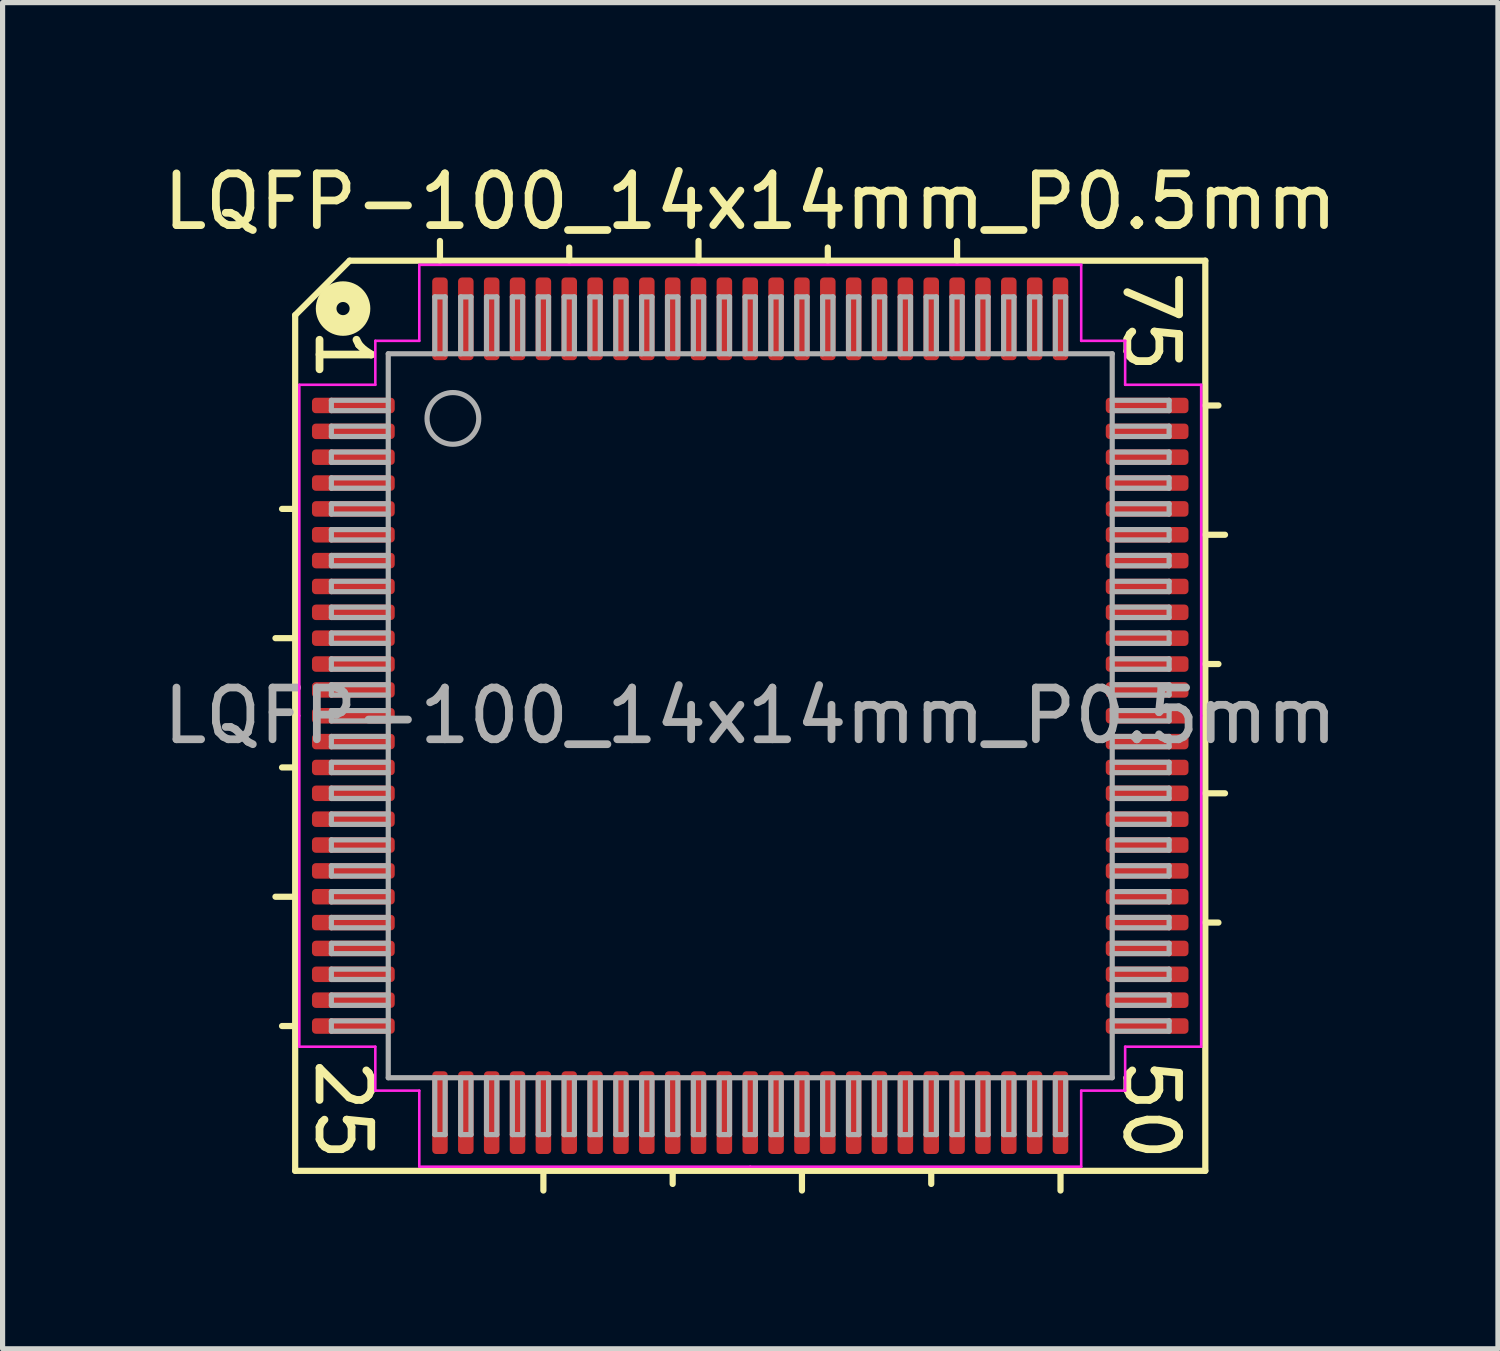
<source format=kicad_pcb>
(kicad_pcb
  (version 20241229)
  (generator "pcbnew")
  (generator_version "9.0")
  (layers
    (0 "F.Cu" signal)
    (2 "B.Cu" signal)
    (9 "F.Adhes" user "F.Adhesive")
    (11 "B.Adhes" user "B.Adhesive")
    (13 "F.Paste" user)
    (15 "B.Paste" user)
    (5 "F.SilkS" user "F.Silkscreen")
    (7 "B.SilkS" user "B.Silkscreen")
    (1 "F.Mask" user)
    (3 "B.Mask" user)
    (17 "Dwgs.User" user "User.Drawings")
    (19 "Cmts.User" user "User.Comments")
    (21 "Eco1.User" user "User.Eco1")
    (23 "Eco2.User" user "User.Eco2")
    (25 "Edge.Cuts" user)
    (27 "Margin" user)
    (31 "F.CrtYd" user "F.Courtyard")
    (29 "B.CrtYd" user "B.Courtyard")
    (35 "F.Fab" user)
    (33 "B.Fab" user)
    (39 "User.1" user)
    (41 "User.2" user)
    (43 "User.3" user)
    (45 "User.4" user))
  (footprint "LQFP-100_14x14mm_P0.5mm"
    (layer "F.Cu")
    (at 11.458 10.791)
    (property "Reference" "LQFP-100_14x14mm_P0.5mm" (at 0 -9.943 0) (layer "F.SilkS") (effects (font (size 1 1) (thickness 0.15))))
    (attr smd)
    (fp_line (start -8.8 -7.747) (end -8.8 8.8) (stroke (width 0.12) (type solid)) (layer "F.SilkS"))
    (fp_line (start -8.8 -4) (end -9.054 -4) (stroke (width 0.12) (type solid)) (layer "F.SilkS"))
    (fp_line (start -8.8 -1.5) (end -9.181 -1.5) (stroke (width 0.12) (type solid)) (layer "F.SilkS"))
    (fp_line (start -8.8 1) (end -9.054 1) (stroke (width 0.12) (type solid)) (layer "F.SilkS"))
    (fp_line (start -8.8 3.5) (end -9.181 3.5) (stroke (width 0.12) (type solid)) (layer "F.SilkS"))
    (fp_line (start -8.8 6) (end -9.054 6) (stroke (width 0.12) (type solid)) (layer "F.SilkS"))
    (fp_line (start -8.8 8.8) (end 8.8 8.8) (stroke (width 0.12) (type solid)) (layer "F.SilkS"))
    (fp_line (start -7.747 -8.8) (end -8.8 -7.747) (stroke (width 0.12) (type solid)) (layer "F.SilkS"))
    (fp_line (start -6 -8.8) (end -6 -9.181) (stroke (width 0.12) (type solid)) (layer "F.SilkS"))
    (fp_line (start -4 8.8) (end -4 9.181) (stroke (width 0.12) (type solid)) (layer "F.SilkS"))
    (fp_line (start -3.5 -8.8) (end -3.5 -9.054) (stroke (width 0.12) (type solid)) (layer "F.SilkS"))
    (fp_line (start -1.5 8.8) (end -1.5 9.054) (stroke (width 0.12) (type solid)) (layer "F.SilkS"))
    (fp_line (start -1 -8.8) (end -1 -9.181) (stroke (width 0.12) (type solid)) (layer "F.SilkS"))
    (fp_line (start 1 8.8) (end 1 9.181) (stroke (width 0.12) (type solid)) (layer "F.SilkS"))
    (fp_line (start 1.5 -8.8) (end 1.5 -9.054) (stroke (width 0.12) (type solid)) (layer "F.SilkS"))
    (fp_line (start 3.5 8.8) (end 3.5 9.054) (stroke (width 0.12) (type solid)) (layer "F.SilkS"))
    (fp_line (start 4 -8.8) (end 4 -9.181) (stroke (width 0.12) (type solid)) (layer "F.SilkS"))
    (fp_line (start 6 8.8) (end 6 9.181) (stroke (width 0.12) (type solid)) (layer "F.SilkS"))
    (fp_line (start 8.8 -8.8) (end -7.747 -8.8) (stroke (width 0.12) (type solid)) (layer "F.SilkS"))
    (fp_line (start 8.8 -6) (end 9.054 -6) (stroke (width 0.12) (type solid)) (layer "F.SilkS"))
    (fp_line (start 8.8 -3.5) (end 9.181 -3.5) (stroke (width 0.12) (type solid)) (layer "F.SilkS"))
    (fp_line (start 8.8 -1) (end 9.054 -1) (stroke (width 0.12) (type solid)) (layer "F.SilkS"))
    (fp_line (start 8.8 1.5) (end 9.181 1.5) (stroke (width 0.12) (type solid)) (layer "F.SilkS"))
    (fp_line (start 8.8 4) (end 9.054 4) (stroke (width 0.12) (type solid)) (layer "F.SilkS"))
    (fp_line (start 8.8 8.8) (end 8.8 -8.8) (stroke (width 0.12) (type solid)) (layer "F.SilkS"))
    (fp_circle (center -7.874 -7.874) (end -7.747 -7.874) (stroke (width 0.4) (type solid)) (fill no) (layer "F.SilkS"))
    (fp_line (start -8.72 -6.4) (end -8.72 0) (stroke (width 0.05) (type solid)) (layer "F.CrtYd"))
    (fp_line (start -8.72 6.4) (end -8.72 0) (stroke (width 0.05) (type solid)) (layer "F.CrtYd"))
    (fp_line (start -7.25 -7.25) (end -7.25 -6.4) (stroke (width 0.05) (type solid)) (layer "F.CrtYd"))
    (fp_line (start -7.25 -6.4) (end -8.72 -6.4) (stroke (width 0.05) (type solid)) (layer "F.CrtYd"))
    (fp_line (start -7.25 6.4) (end -8.72 6.4) (stroke (width 0.05) (type solid)) (layer "F.CrtYd"))
    (fp_line (start -7.25 7.25) (end -7.25 6.4) (stroke (width 0.05) (type solid)) (layer "F.CrtYd"))
    (fp_line (start -6.4 -8.72) (end -6.4 -7.25) (stroke (width 0.05) (type solid)) (layer "F.CrtYd"))
    (fp_line (start -6.4 -7.25) (end -7.25 -7.25) (stroke (width 0.05) (type solid)) (layer "F.CrtYd"))
    (fp_line (start -6.4 7.25) (end -7.25 7.25) (stroke (width 0.05) (type solid)) (layer "F.CrtYd"))
    (fp_line (start -6.4 8.72) (end -6.4 7.25) (stroke (width 0.05) (type solid)) (layer "F.CrtYd"))
    (fp_line (start 0 -8.72) (end -6.4 -8.72) (stroke (width 0.05) (type solid)) (layer "F.CrtYd"))
    (fp_line (start 0 -8.72) (end 6.4 -8.72) (stroke (width 0.05) (type solid)) (layer "F.CrtYd"))
    (fp_line (start 0 8.72) (end -6.4 8.72) (stroke (width 0.05) (type solid)) (layer "F.CrtYd"))
    (fp_line (start 0 8.72) (end 6.4 8.72) (stroke (width 0.05) (type solid)) (layer "F.CrtYd"))
    (fp_line (start 6.4 -8.72) (end 6.4 -7.25) (stroke (width 0.05) (type solid)) (layer "F.CrtYd"))
    (fp_line (start 6.4 -7.25) (end 7.25 -7.25) (stroke (width 0.05) (type solid)) (layer "F.CrtYd"))
    (fp_line (start 6.4 7.25) (end 7.25 7.25) (stroke (width 0.05) (type solid)) (layer "F.CrtYd"))
    (fp_line (start 6.4 8.72) (end 6.4 7.25) (stroke (width 0.05) (type solid)) (layer "F.CrtYd"))
    (fp_line (start 7.25 -7.25) (end 7.25 -6.4) (stroke (width 0.05) (type solid)) (layer "F.CrtYd"))
    (fp_line (start 7.25 -6.4) (end 8.72 -6.4) (stroke (width 0.05) (type solid)) (layer "F.CrtYd"))
    (fp_line (start 7.25 6.4) (end 8.72 6.4) (stroke (width 0.05) (type solid)) (layer "F.CrtYd"))
    (fp_line (start 7.25 7.25) (end 7.25 6.4) (stroke (width 0.05) (type solid)) (layer "F.CrtYd"))
    (fp_line (start 8.72 -6.4) (end 8.72 0) (stroke (width 0.05) (type solid)) (layer "F.CrtYd"))
    (fp_line (start 8.72 6.4) (end 8.72 0) (stroke (width 0.05) (type solid)) (layer "F.CrtYd"))
    (fp_line (start -8.1 -6.1) (end -8.1 -5.9) (stroke (width 0.1) (type solid)) (layer "F.Fab"))
    (fp_line (start -8.1 -6.1) (end -7 -6.1) (stroke (width 0.1) (type solid)) (layer "F.Fab"))
    (fp_line (start -8.1 -5.9) (end -7 -5.9) (stroke (width 0.1) (type solid)) (layer "F.Fab"))
    (fp_line (start -8.1 -5.6) (end -8.1 -5.4) (stroke (width 0.1) (type solid)) (layer "F.Fab"))
    (fp_line (start -8.1 -5.6) (end -7 -5.6) (stroke (width 0.1) (type solid)) (layer "F.Fab"))
    (fp_line (start -8.1 -5.4) (end -7 -5.4) (stroke (width 0.1) (type solid)) (layer "F.Fab"))
    (fp_line (start -8.1 -5.1) (end -8.1 -4.9) (stroke (width 0.1) (type solid)) (layer "F.Fab"))
    (fp_line (start -8.1 -5.1) (end -7 -5.1) (stroke (width 0.1) (type solid)) (layer "F.Fab"))
    (fp_line (start -8.1 -4.9) (end -7 -4.9) (stroke (width 0.1) (type solid)) (layer "F.Fab"))
    (fp_line (start -8.1 -4.6) (end -8.1 -4.4) (stroke (width 0.1) (type solid)) (layer "F.Fab"))
    (fp_line (start -8.1 -4.6) (end -7 -4.6) (stroke (width 0.1) (type solid)) (layer "F.Fab"))
    (fp_line (start -8.1 -4.4) (end -7 -4.4) (stroke (width 0.1) (type solid)) (layer "F.Fab"))
    (fp_line (start -8.1 -4.1) (end -8.1 -3.9) (stroke (width 0.1) (type solid)) (layer "F.Fab"))
    (fp_line (start -8.1 -4.1) (end -7 -4.1) (stroke (width 0.1) (type solid)) (layer "F.Fab"))
    (fp_line (start -8.1 -3.9) (end -7 -3.9) (stroke (width 0.1) (type solid)) (layer "F.Fab"))
    (fp_line (start -8.1 -3.6) (end -8.1 -3.4) (stroke (width 0.1) (type solid)) (layer "F.Fab"))
    (fp_line (start -8.1 -3.6) (end -7 -3.6) (stroke (width 0.1) (type solid)) (layer "F.Fab"))
    (fp_line (start -8.1 -3.4) (end -7 -3.4) (stroke (width 0.1) (type solid)) (layer "F.Fab"))
    (fp_line (start -8.1 -3.1) (end -8.1 -2.9) (stroke (width 0.1) (type solid)) (layer "F.Fab"))
    (fp_line (start -8.1 -3.1) (end -7 -3.1) (stroke (width 0.1) (type solid)) (layer "F.Fab"))
    (fp_line (start -8.1 -2.9) (end -7 -2.9) (stroke (width 0.1) (type solid)) (layer "F.Fab"))
    (fp_line (start -8.1 -2.6) (end -8.1 -2.4) (stroke (width 0.1) (type solid)) (layer "F.Fab"))
    (fp_line (start -8.1 -2.6) (end -7 -2.6) (stroke (width 0.1) (type solid)) (layer "F.Fab"))
    (fp_line (start -8.1 -2.4) (end -7 -2.4) (stroke (width 0.1) (type solid)) (layer "F.Fab"))
    (fp_line (start -8.1 -2.1) (end -8.1 -1.9) (stroke (width 0.1) (type solid)) (layer "F.Fab"))
    (fp_line (start -8.1 -2.1) (end -7 -2.1) (stroke (width 0.1) (type solid)) (layer "F.Fab"))
    (fp_line (start -8.1 -1.9) (end -7 -1.9) (stroke (width 0.1) (type solid)) (layer "F.Fab"))
    (fp_line (start -8.1 -1.6) (end -8.1 -1.4) (stroke (width 0.1) (type solid)) (layer "F.Fab"))
    (fp_line (start -8.1 -1.6) (end -7 -1.6) (stroke (width 0.1) (type solid)) (layer "F.Fab"))
    (fp_line (start -8.1 -1.4) (end -7 -1.4) (stroke (width 0.1) (type solid)) (layer "F.Fab"))
    (fp_line (start -8.1 -1.1) (end -8.1 -0.9) (stroke (width 0.1) (type solid)) (layer "F.Fab"))
    (fp_line (start -8.1 -1.1) (end -7 -1.1) (stroke (width 0.1) (type solid)) (layer "F.Fab"))
    (fp_line (start -8.1 -0.9) (end -7 -0.9) (stroke (width 0.1) (type solid)) (layer "F.Fab"))
    (fp_line (start -8.1 -0.6) (end -8.1 -0.4) (stroke (width 0.1) (type solid)) (layer "F.Fab"))
    (fp_line (start -8.1 -0.6) (end -7 -0.6) (stroke (width 0.1) (type solid)) (layer "F.Fab"))
    (fp_line (start -8.1 -0.4) (end -7 -0.4) (stroke (width 0.1) (type solid)) (layer "F.Fab"))
    (fp_line (start -8.1 -0.1) (end -8.1 0.1) (stroke (width 0.1) (type solid)) (layer "F.Fab"))
    (fp_line (start -8.1 -0.1) (end -7 -0.1) (stroke (width 0.1) (type solid)) (layer "F.Fab"))
    (fp_line (start -8.1 0.1) (end -7 0.1) (stroke (width 0.1) (type solid)) (layer "F.Fab"))
    (fp_line (start -8.1 0.4) (end -8.1 0.6) (stroke (width 0.1) (type solid)) (layer "F.Fab"))
    (fp_line (start -8.1 0.4) (end -7 0.4) (stroke (width 0.1) (type solid)) (layer "F.Fab"))
    (fp_line (start -8.1 0.6) (end -7 0.6) (stroke (width 0.1) (type solid)) (layer "F.Fab"))
    (fp_line (start -8.1 0.9) (end -8.1 1.1) (stroke (width 0.1) (type solid)) (layer "F.Fab"))
    (fp_line (start -8.1 0.9) (end -7 0.9) (stroke (width 0.1) (type solid)) (layer "F.Fab"))
    (fp_line (start -8.1 1.1) (end -7 1.1) (stroke (width 0.1) (type solid)) (layer "F.Fab"))
    (fp_line (start -8.1 1.4) (end -8.1 1.6) (stroke (width 0.1) (type solid)) (layer "F.Fab"))
    (fp_line (start -8.1 1.4) (end -7 1.4) (stroke (width 0.1) (type solid)) (layer "F.Fab"))
    (fp_line (start -8.1 1.6) (end -7 1.6) (stroke (width 0.1) (type solid)) (layer "F.Fab"))
    (fp_line (start -8.1 1.9) (end -8.1 2.1) (stroke (width 0.1) (type solid)) (layer "F.Fab"))
    (fp_line (start -8.1 1.9) (end -7 1.9) (stroke (width 0.1) (type solid)) (layer "F.Fab"))
    (fp_line (start -8.1 2.1) (end -7 2.1) (stroke (width 0.1) (type solid)) (layer "F.Fab"))
    (fp_line (start -8.1 2.4) (end -8.1 2.6) (stroke (width 0.1) (type solid)) (layer "F.Fab"))
    (fp_line (start -8.1 2.4) (end -7 2.4) (stroke (width 0.1) (type solid)) (layer "F.Fab"))
    (fp_line (start -8.1 2.6) (end -7 2.6) (stroke (width 0.1) (type solid)) (layer "F.Fab"))
    (fp_line (start -8.1 2.9) (end -8.1 3.1) (stroke (width 0.1) (type solid)) (layer "F.Fab"))
    (fp_line (start -8.1 2.9) (end -7 2.9) (stroke (width 0.1) (type solid)) (layer "F.Fab"))
    (fp_line (start -8.1 3.1) (end -7 3.1) (stroke (width 0.1) (type solid)) (layer "F.Fab"))
    (fp_line (start -8.1 3.4) (end -8.1 3.6) (stroke (width 0.1) (type solid)) (layer "F.Fab"))
    (fp_line (start -8.1 3.4) (end -7 3.4) (stroke (width 0.1) (type solid)) (layer "F.Fab"))
    (fp_line (start -8.1 3.6) (end -7 3.6) (stroke (width 0.1) (type solid)) (layer "F.Fab"))
    (fp_line (start -8.1 3.9) (end -8.1 4.1) (stroke (width 0.1) (type solid)) (layer "F.Fab"))
    (fp_line (start -8.1 3.9) (end -7 3.9) (stroke (width 0.1) (type solid)) (layer "F.Fab"))
    (fp_line (start -8.1 4.1) (end -7 4.1) (stroke (width 0.1) (type solid)) (layer "F.Fab"))
    (fp_line (start -8.1 4.4) (end -8.1 4.6) (stroke (width 0.1) (type solid)) (layer "F.Fab"))
    (fp_line (start -8.1 4.4) (end -7 4.4) (stroke (width 0.1) (type solid)) (layer "F.Fab"))
    (fp_line (start -8.1 4.6) (end -7 4.6) (stroke (width 0.1) (type solid)) (layer "F.Fab"))
    (fp_line (start -8.1 4.9) (end -8.1 5.1) (stroke (width 0.1) (type solid)) (layer "F.Fab"))
    (fp_line (start -8.1 4.9) (end -7 4.9) (stroke (width 0.1) (type solid)) (layer "F.Fab"))
    (fp_line (start -8.1 5.1) (end -7 5.1) (stroke (width 0.1) (type solid)) (layer "F.Fab"))
    (fp_line (start -8.1 5.4) (end -8.1 5.6) (stroke (width 0.1) (type solid)) (layer "F.Fab"))
    (fp_line (start -8.1 5.4) (end -7 5.4) (stroke (width 0.1) (type solid)) (layer "F.Fab"))
    (fp_line (start -8.1 5.6) (end -7 5.6) (stroke (width 0.1) (type solid)) (layer "F.Fab"))
    (fp_line (start -8.1 5.9) (end -8.1 6.1) (stroke (width 0.1) (type solid)) (layer "F.Fab"))
    (fp_line (start -8.1 5.9) (end -7 5.9) (stroke (width 0.1) (type solid)) (layer "F.Fab"))
    (fp_line (start -8.1 6.1) (end -7 6.1) (stroke (width 0.1) (type solid)) (layer "F.Fab"))
    (fp_line (start -7 -7) (end 7 -7) (stroke (width 0.1) (type solid)) (layer "F.Fab"))
    (fp_line (start -7 7) (end -7 -7) (stroke (width 0.1) (type solid)) (layer "F.Fab"))
    (fp_line (start -6.1 -8.1) (end -6.1 -7) (stroke (width 0.1) (type solid)) (layer "F.Fab"))
    (fp_line (start -6.1 8.1) (end -6.1 7) (stroke (width 0.1) (type solid)) (layer "F.Fab"))
    (fp_line (start -6.1 8.1) (end -5.9 8.1) (stroke (width 0.1) (type solid)) (layer "F.Fab"))
    (fp_line (start -5.9 -8.1) (end -6.1 -8.1) (stroke (width 0.1) (type solid)) (layer "F.Fab"))
    (fp_line (start -5.9 -8.1) (end -5.9 -7) (stroke (width 0.1) (type solid)) (layer "F.Fab"))
    (fp_line (start -5.9 8.1) (end -5.9 7) (stroke (width 0.1) (type solid)) (layer "F.Fab"))
    (fp_line (start -5.6 -8.1) (end -5.6 -7) (stroke (width 0.1) (type solid)) (layer "F.Fab"))
    (fp_line (start -5.6 8.1) (end -5.6 7) (stroke (width 0.1) (type solid)) (layer "F.Fab"))
    (fp_line (start -5.6 8.1) (end -5.4 8.1) (stroke (width 0.1) (type solid)) (layer "F.Fab"))
    (fp_line (start -5.4 -8.1) (end -5.6 -8.1) (stroke (width 0.1) (type solid)) (layer "F.Fab"))
    (fp_line (start -5.4 -8.1) (end -5.4 -7) (stroke (width 0.1) (type solid)) (layer "F.Fab"))
    (fp_line (start -5.4 8.1) (end -5.4 7) (stroke (width 0.1) (type solid)) (layer "F.Fab"))
    (fp_line (start -5.1 -8.1) (end -5.1 -7) (stroke (width 0.1) (type solid)) (layer "F.Fab"))
    (fp_line (start -5.1 8.1) (end -5.1 7) (stroke (width 0.1) (type solid)) (layer "F.Fab"))
    (fp_line (start -5.1 8.1) (end -4.9 8.1) (stroke (width 0.1) (type solid)) (layer "F.Fab"))
    (fp_line (start -4.9 -8.1) (end -5.1 -8.1) (stroke (width 0.1) (type solid)) (layer "F.Fab"))
    (fp_line (start -4.9 -8.1) (end -4.9 -7) (stroke (width 0.1) (type solid)) (layer "F.Fab"))
    (fp_line (start -4.9 8.1) (end -4.9 7) (stroke (width 0.1) (type solid)) (layer "F.Fab"))
    (fp_line (start -4.6 -8.1) (end -4.6 -7) (stroke (width 0.1) (type solid)) (layer "F.Fab"))
    (fp_line (start -4.6 8.1) (end -4.6 7) (stroke (width 0.1) (type solid)) (layer "F.Fab"))
    (fp_line (start -4.6 8.1) (end -4.4 8.1) (stroke (width 0.1) (type solid)) (layer "F.Fab"))
    (fp_line (start -4.4 -8.1) (end -4.6 -8.1) (stroke (width 0.1) (type solid)) (layer "F.Fab"))
    (fp_line (start -4.4 -8.1) (end -4.4 -7) (stroke (width 0.1) (type solid)) (layer "F.Fab"))
    (fp_line (start -4.4 8.1) (end -4.4 7) (stroke (width 0.1) (type solid)) (layer "F.Fab"))
    (fp_line (start -4.1 -8.1) (end -4.1 -7) (stroke (width 0.1) (type solid)) (layer "F.Fab"))
    (fp_line (start -4.1 8.1) (end -4.1 7) (stroke (width 0.1) (type solid)) (layer "F.Fab"))
    (fp_line (start -4.1 8.1) (end -3.9 8.1) (stroke (width 0.1) (type solid)) (layer "F.Fab"))
    (fp_line (start -3.9 -8.1) (end -4.1 -8.1) (stroke (width 0.1) (type solid)) (layer "F.Fab"))
    (fp_line (start -3.9 -8.1) (end -3.9 -7) (stroke (width 0.1) (type solid)) (layer "F.Fab"))
    (fp_line (start -3.9 8.1) (end -3.9 7) (stroke (width 0.1) (type solid)) (layer "F.Fab"))
    (fp_line (start -3.6 -8.1) (end -3.6 -7) (stroke (width 0.1) (type solid)) (layer "F.Fab"))
    (fp_line (start -3.6 8.1) (end -3.6 7) (stroke (width 0.1) (type solid)) (layer "F.Fab"))
    (fp_line (start -3.6 8.1) (end -3.4 8.1) (stroke (width 0.1) (type solid)) (layer "F.Fab"))
    (fp_line (start -3.4 -8.1) (end -3.6 -8.1) (stroke (width 0.1) (type solid)) (layer "F.Fab"))
    (fp_line (start -3.4 -8.1) (end -3.4 -7) (stroke (width 0.1) (type solid)) (layer "F.Fab"))
    (fp_line (start -3.4 8.1) (end -3.4 7) (stroke (width 0.1) (type solid)) (layer "F.Fab"))
    (fp_line (start -3.1 -8.1) (end -3.1 -7) (stroke (width 0.1) (type solid)) (layer "F.Fab"))
    (fp_line (start -3.1 8.1) (end -3.1 7) (stroke (width 0.1) (type solid)) (layer "F.Fab"))
    (fp_line (start -3.1 8.1) (end -2.9 8.1) (stroke (width 0.1) (type solid)) (layer "F.Fab"))
    (fp_line (start -2.9 -8.1) (end -3.1 -8.1) (stroke (width 0.1) (type solid)) (layer "F.Fab"))
    (fp_line (start -2.9 -8.1) (end -2.9 -7) (stroke (width 0.1) (type solid)) (layer "F.Fab"))
    (fp_line (start -2.9 8.1) (end -2.9 7) (stroke (width 0.1) (type solid)) (layer "F.Fab"))
    (fp_line (start -2.6 -8.1) (end -2.6 -7) (stroke (width 0.1) (type solid)) (layer "F.Fab"))
    (fp_line (start -2.6 8.1) (end -2.6 7) (stroke (width 0.1) (type solid)) (layer "F.Fab"))
    (fp_line (start -2.6 8.1) (end -2.4 8.1) (stroke (width 0.1) (type solid)) (layer "F.Fab"))
    (fp_line (start -2.4 -8.1) (end -2.6 -8.1) (stroke (width 0.1) (type solid)) (layer "F.Fab"))
    (fp_line (start -2.4 -8.1) (end -2.4 -7) (stroke (width 0.1) (type solid)) (layer "F.Fab"))
    (fp_line (start -2.4 8.1) (end -2.4 7) (stroke (width 0.1) (type solid)) (layer "F.Fab"))
    (fp_line (start -2.1 -8.1) (end -2.1 -7) (stroke (width 0.1) (type solid)) (layer "F.Fab"))
    (fp_line (start -2.1 8.1) (end -2.1 7) (stroke (width 0.1) (type solid)) (layer "F.Fab"))
    (fp_line (start -2.1 8.1) (end -1.9 8.1) (stroke (width 0.1) (type solid)) (layer "F.Fab"))
    (fp_line (start -1.9 -8.1) (end -2.1 -8.1) (stroke (width 0.1) (type solid)) (layer "F.Fab"))
    (fp_line (start -1.9 -8.1) (end -1.9 -7) (stroke (width 0.1) (type solid)) (layer "F.Fab"))
    (fp_line (start -1.9 8.1) (end -1.9 7) (stroke (width 0.1) (type solid)) (layer "F.Fab"))
    (fp_line (start -1.6 -8.1) (end -1.6 -7) (stroke (width 0.1) (type solid)) (layer "F.Fab"))
    (fp_line (start -1.6 8.1) (end -1.6 7) (stroke (width 0.1) (type solid)) (layer "F.Fab"))
    (fp_line (start -1.6 8.1) (end -1.4 8.1) (stroke (width 0.1) (type solid)) (layer "F.Fab"))
    (fp_line (start -1.4 -8.1) (end -1.6 -8.1) (stroke (width 0.1) (type solid)) (layer "F.Fab"))
    (fp_line (start -1.4 -8.1) (end -1.4 -7) (stroke (width 0.1) (type solid)) (layer "F.Fab"))
    (fp_line (start -1.4 8.1) (end -1.4 7) (stroke (width 0.1) (type solid)) (layer "F.Fab"))
    (fp_line (start -1.1 -8.1) (end -1.1 -7) (stroke (width 0.1) (type solid)) (layer "F.Fab"))
    (fp_line (start -1.1 8.1) (end -1.1 7) (stroke (width 0.1) (type solid)) (layer "F.Fab"))
    (fp_line (start -1.1 8.1) (end -0.9 8.1) (stroke (width 0.1) (type solid)) (layer "F.Fab"))
    (fp_line (start -0.9 -8.1) (end -1.1 -8.1) (stroke (width 0.1) (type solid)) (layer "F.Fab"))
    (fp_line (start -0.9 -8.1) (end -0.9 -7) (stroke (width 0.1) (type solid)) (layer "F.Fab"))
    (fp_line (start -0.9 8.1) (end -0.9 7) (stroke (width 0.1) (type solid)) (layer "F.Fab"))
    (fp_line (start -0.6 -8.1) (end -0.6 -7) (stroke (width 0.1) (type solid)) (layer "F.Fab"))
    (fp_line (start -0.6 8.1) (end -0.6 7) (stroke (width 0.1) (type solid)) (layer "F.Fab"))
    (fp_line (start -0.6 8.1) (end -0.4 8.1) (stroke (width 0.1) (type solid)) (layer "F.Fab"))
    (fp_line (start -0.4 -8.1) (end -0.6 -8.1) (stroke (width 0.1) (type solid)) (layer "F.Fab"))
    (fp_line (start -0.4 -8.1) (end -0.4 -7) (stroke (width 0.1) (type solid)) (layer "F.Fab"))
    (fp_line (start -0.4 8.1) (end -0.4 7) (stroke (width 0.1) (type solid)) (layer "F.Fab"))
    (fp_line (start -0.1 -8.1) (end -0.1 -7) (stroke (width 0.1) (type solid)) (layer "F.Fab"))
    (fp_line (start -0.1 8.1) (end -0.1 7) (stroke (width 0.1) (type solid)) (layer "F.Fab"))
    (fp_line (start -0.1 8.1) (end 0.1 8.1) (stroke (width 0.1) (type solid)) (layer "F.Fab"))
    (fp_line (start 0.1 -8.1) (end -0.1 -8.1) (stroke (width 0.1) (type solid)) (layer "F.Fab"))
    (fp_line (start 0.1 -8.1) (end 0.1 -7) (stroke (width 0.1) (type solid)) (layer "F.Fab"))
    (fp_line (start 0.1 8.1) (end 0.1 7) (stroke (width 0.1) (type solid)) (layer "F.Fab"))
    (fp_line (start 0.4 -8.1) (end 0.4 -7) (stroke (width 0.1) (type solid)) (layer "F.Fab"))
    (fp_line (start 0.4 8.1) (end 0.4 7) (stroke (width 0.1) (type solid)) (layer "F.Fab"))
    (fp_line (start 0.4 8.1) (end 0.6 8.1) (stroke (width 0.1) (type solid)) (layer "F.Fab"))
    (fp_line (start 0.6 -8.1) (end 0.4 -8.1) (stroke (width 0.1) (type solid)) (layer "F.Fab"))
    (fp_line (start 0.6 -8.1) (end 0.6 -7) (stroke (width 0.1) (type solid)) (layer "F.Fab"))
    (fp_line (start 0.6 8.1) (end 0.6 7) (stroke (width 0.1) (type solid)) (layer "F.Fab"))
    (fp_line (start 0.9 -8.1) (end 0.9 -7) (stroke (width 0.1) (type solid)) (layer "F.Fab"))
    (fp_line (start 0.9 8.1) (end 0.9 7) (stroke (width 0.1) (type solid)) (layer "F.Fab"))
    (fp_line (start 0.9 8.1) (end 1.1 8.1) (stroke (width 0.1) (type solid)) (layer "F.Fab"))
    (fp_line (start 1.1 -8.1) (end 0.9 -8.1) (stroke (width 0.1) (type solid)) (layer "F.Fab"))
    (fp_line (start 1.1 -8.1) (end 1.1 -7) (stroke (width 0.1) (type solid)) (layer "F.Fab"))
    (fp_line (start 1.1 8.1) (end 1.1 7) (stroke (width 0.1) (type solid)) (layer "F.Fab"))
    (fp_line (start 1.4 -8.1) (end 1.4 -7) (stroke (width 0.1) (type solid)) (layer "F.Fab"))
    (fp_line (start 1.4 8.1) (end 1.4 7) (stroke (width 0.1) (type solid)) (layer "F.Fab"))
    (fp_line (start 1.4 8.1) (end 1.6 8.1) (stroke (width 0.1) (type solid)) (layer "F.Fab"))
    (fp_line (start 1.6 -8.1) (end 1.4 -8.1) (stroke (width 0.1) (type solid)) (layer "F.Fab"))
    (fp_line (start 1.6 -8.1) (end 1.6 -7) (stroke (width 0.1) (type solid)) (layer "F.Fab"))
    (fp_line (start 1.6 8.1) (end 1.6 7) (stroke (width 0.1) (type solid)) (layer "F.Fab"))
    (fp_line (start 1.9 -8.1) (end 1.9 -7) (stroke (width 0.1) (type solid)) (layer "F.Fab"))
    (fp_line (start 1.9 8.1) (end 1.9 7) (stroke (width 0.1) (type solid)) (layer "F.Fab"))
    (fp_line (start 1.9 8.1) (end 2.1 8.1) (stroke (width 0.1) (type solid)) (layer "F.Fab"))
    (fp_line (start 2.1 -8.1) (end 1.9 -8.1) (stroke (width 0.1) (type solid)) (layer "F.Fab"))
    (fp_line (start 2.1 -8.1) (end 2.1 -7) (stroke (width 0.1) (type solid)) (layer "F.Fab"))
    (fp_line (start 2.1 8.1) (end 2.1 7) (stroke (width 0.1) (type solid)) (layer "F.Fab"))
    (fp_line (start 2.4 -8.1) (end 2.4 -7) (stroke (width 0.1) (type solid)) (layer "F.Fab"))
    (fp_line (start 2.4 8.1) (end 2.4 7) (stroke (width 0.1) (type solid)) (layer "F.Fab"))
    (fp_line (start 2.4 8.1) (end 2.6 8.1) (stroke (width 0.1) (type solid)) (layer "F.Fab"))
    (fp_line (start 2.6 -8.1) (end 2.4 -8.1) (stroke (width 0.1) (type solid)) (layer "F.Fab"))
    (fp_line (start 2.6 -8.1) (end 2.6 -7) (stroke (width 0.1) (type solid)) (layer "F.Fab"))
    (fp_line (start 2.6 8.1) (end 2.6 7) (stroke (width 0.1) (type solid)) (layer "F.Fab"))
    (fp_line (start 2.9 -8.1) (end 2.9 -7) (stroke (width 0.1) (type solid)) (layer "F.Fab"))
    (fp_line (start 2.9 8.1) (end 2.9 7) (stroke (width 0.1) (type solid)) (layer "F.Fab"))
    (fp_line (start 2.9 8.1) (end 3.1 8.1) (stroke (width 0.1) (type solid)) (layer "F.Fab"))
    (fp_line (start 3.1 -8.1) (end 2.9 -8.1) (stroke (width 0.1) (type solid)) (layer "F.Fab"))
    (fp_line (start 3.1 -8.1) (end 3.1 -7) (stroke (width 0.1) (type solid)) (layer "F.Fab"))
    (fp_line (start 3.1 8.1) (end 3.1 7) (stroke (width 0.1) (type solid)) (layer "F.Fab"))
    (fp_line (start 3.4 -8.1) (end 3.4 -7) (stroke (width 0.1) (type solid)) (layer "F.Fab"))
    (fp_line (start 3.4 8.1) (end 3.4 7) (stroke (width 0.1) (type solid)) (layer "F.Fab"))
    (fp_line (start 3.4 8.1) (end 3.6 8.1) (stroke (width 0.1) (type solid)) (layer "F.Fab"))
    (fp_line (start 3.6 -8.1) (end 3.4 -8.1) (stroke (width 0.1) (type solid)) (layer "F.Fab"))
    (fp_line (start 3.6 -8.1) (end 3.6 -7) (stroke (width 0.1) (type solid)) (layer "F.Fab"))
    (fp_line (start 3.6 8.1) (end 3.6 7) (stroke (width 0.1) (type solid)) (layer "F.Fab"))
    (fp_line (start 3.9 -8.1) (end 3.9 -7) (stroke (width 0.1) (type solid)) (layer "F.Fab"))
    (fp_line (start 3.9 8.1) (end 3.9 7) (stroke (width 0.1) (type solid)) (layer "F.Fab"))
    (fp_line (start 3.9 8.1) (end 4.1 8.1) (stroke (width 0.1) (type solid)) (layer "F.Fab"))
    (fp_line (start 4.1 -8.1) (end 3.9 -8.1) (stroke (width 0.1) (type solid)) (layer "F.Fab"))
    (fp_line (start 4.1 -8.1) (end 4.1 -7) (stroke (width 0.1) (type solid)) (layer "F.Fab"))
    (fp_line (start 4.1 8.1) (end 4.1 7) (stroke (width 0.1) (type solid)) (layer "F.Fab"))
    (fp_line (start 4.4 -8.1) (end 4.4 -7) (stroke (width 0.1) (type solid)) (layer "F.Fab"))
    (fp_line (start 4.4 8.1) (end 4.4 7) (stroke (width 0.1) (type solid)) (layer "F.Fab"))
    (fp_line (start 4.4 8.1) (end 4.6 8.1) (stroke (width 0.1) (type solid)) (layer "F.Fab"))
    (fp_line (start 4.6 -8.1) (end 4.4 -8.1) (stroke (width 0.1) (type solid)) (layer "F.Fab"))
    (fp_line (start 4.6 -8.1) (end 4.6 -7) (stroke (width 0.1) (type solid)) (layer "F.Fab"))
    (fp_line (start 4.6 8.1) (end 4.6 7) (stroke (width 0.1) (type solid)) (layer "F.Fab"))
    (fp_line (start 4.9 -8.1) (end 4.9 -7) (stroke (width 0.1) (type solid)) (layer "F.Fab"))
    (fp_line (start 4.9 8.1) (end 4.9 7) (stroke (width 0.1) (type solid)) (layer "F.Fab"))
    (fp_line (start 4.9 8.1) (end 5.1 8.1) (stroke (width 0.1) (type solid)) (layer "F.Fab"))
    (fp_line (start 5.1 -8.1) (end 4.9 -8.1) (stroke (width 0.1) (type solid)) (layer "F.Fab"))
    (fp_line (start 5.1 -8.1) (end 5.1 -7) (stroke (width 0.1) (type solid)) (layer "F.Fab"))
    (fp_line (start 5.1 8.1) (end 5.1 7) (stroke (width 0.1) (type solid)) (layer "F.Fab"))
    (fp_line (start 5.4 -8.1) (end 5.4 -7) (stroke (width 0.1) (type solid)) (layer "F.Fab"))
    (fp_line (start 5.4 8.1) (end 5.4 7) (stroke (width 0.1) (type solid)) (layer "F.Fab"))
    (fp_line (start 5.4 8.1) (end 5.6 8.1) (stroke (width 0.1) (type solid)) (layer "F.Fab"))
    (fp_line (start 5.6 -8.1) (end 5.4 -8.1) (stroke (width 0.1) (type solid)) (layer "F.Fab"))
    (fp_line (start 5.6 -8.1) (end 5.6 -7) (stroke (width 0.1) (type solid)) (layer "F.Fab"))
    (fp_line (start 5.6 8.1) (end 5.6 7) (stroke (width 0.1) (type solid)) (layer "F.Fab"))
    (fp_line (start 5.9 -8.1) (end 5.9 -7) (stroke (width 0.1) (type solid)) (layer "F.Fab"))
    (fp_line (start 5.9 8.1) (end 5.9 7) (stroke (width 0.1) (type solid)) (layer "F.Fab"))
    (fp_line (start 5.9 8.1) (end 6.1 8.1) (stroke (width 0.1) (type solid)) (layer "F.Fab"))
    (fp_line (start 6.1 -8.1) (end 5.9 -8.1) (stroke (width 0.1) (type solid)) (layer "F.Fab"))
    (fp_line (start 6.1 -8.1) (end 6.1 -7) (stroke (width 0.1) (type solid)) (layer "F.Fab"))
    (fp_line (start 6.1 8.1) (end 6.1 7) (stroke (width 0.1) (type solid)) (layer "F.Fab"))
    (fp_line (start 7 -7) (end 7 7) (stroke (width 0.1) (type solid)) (layer "F.Fab"))
    (fp_line (start 7 7) (end -7 7) (stroke (width 0.1) (type solid)) (layer "F.Fab"))
    (fp_line (start 8.1 -6.1) (end 7 -6.1) (stroke (width 0.1) (type solid)) (layer "F.Fab"))
    (fp_line (start 8.1 -5.9) (end 7 -5.9) (stroke (width 0.1) (type solid)) (layer "F.Fab"))
    (fp_line (start 8.1 -5.9) (end 8.1 -6.1) (stroke (width 0.1) (type solid)) (layer "F.Fab"))
    (fp_line (start 8.1 -5.6) (end 7 -5.6) (stroke (width 0.1) (type solid)) (layer "F.Fab"))
    (fp_line (start 8.1 -5.4) (end 7 -5.4) (stroke (width 0.1) (type solid)) (layer "F.Fab"))
    (fp_line (start 8.1 -5.4) (end 8.1 -5.6) (stroke (width 0.1) (type solid)) (layer "F.Fab"))
    (fp_line (start 8.1 -5.1) (end 7 -5.1) (stroke (width 0.1) (type solid)) (layer "F.Fab"))
    (fp_line (start 8.1 -4.9) (end 7 -4.9) (stroke (width 0.1) (type solid)) (layer "F.Fab"))
    (fp_line (start 8.1 -4.9) (end 8.1 -5.1) (stroke (width 0.1) (type solid)) (layer "F.Fab"))
    (fp_line (start 8.1 -4.6) (end 7 -4.6) (stroke (width 0.1) (type solid)) (layer "F.Fab"))
    (fp_line (start 8.1 -4.4) (end 7 -4.4) (stroke (width 0.1) (type solid)) (layer "F.Fab"))
    (fp_line (start 8.1 -4.4) (end 8.1 -4.6) (stroke (width 0.1) (type solid)) (layer "F.Fab"))
    (fp_line (start 8.1 -4.1) (end 7 -4.1) (stroke (width 0.1) (type solid)) (layer "F.Fab"))
    (fp_line (start 8.1 -3.9) (end 7 -3.9) (stroke (width 0.1) (type solid)) (layer "F.Fab"))
    (fp_line (start 8.1 -3.9) (end 8.1 -4.1) (stroke (width 0.1) (type solid)) (layer "F.Fab"))
    (fp_line (start 8.1 -3.6) (end 7 -3.6) (stroke (width 0.1) (type solid)) (layer "F.Fab"))
    (fp_line (start 8.1 -3.4) (end 7 -3.4) (stroke (width 0.1) (type solid)) (layer "F.Fab"))
    (fp_line (start 8.1 -3.4) (end 8.1 -3.6) (stroke (width 0.1) (type solid)) (layer "F.Fab"))
    (fp_line (start 8.1 -3.1) (end 7 -3.1) (stroke (width 0.1) (type solid)) (layer "F.Fab"))
    (fp_line (start 8.1 -2.9) (end 7 -2.9) (stroke (width 0.1) (type solid)) (layer "F.Fab"))
    (fp_line (start 8.1 -2.9) (end 8.1 -3.1) (stroke (width 0.1) (type solid)) (layer "F.Fab"))
    (fp_line (start 8.1 -2.6) (end 7 -2.6) (stroke (width 0.1) (type solid)) (layer "F.Fab"))
    (fp_line (start 8.1 -2.4) (end 7 -2.4) (stroke (width 0.1) (type solid)) (layer "F.Fab"))
    (fp_line (start 8.1 -2.4) (end 8.1 -2.6) (stroke (width 0.1) (type solid)) (layer "F.Fab"))
    (fp_line (start 8.1 -2.1) (end 7 -2.1) (stroke (width 0.1) (type solid)) (layer "F.Fab"))
    (fp_line (start 8.1 -1.9) (end 7 -1.9) (stroke (width 0.1) (type solid)) (layer "F.Fab"))
    (fp_line (start 8.1 -1.9) (end 8.1 -2.1) (stroke (width 0.1) (type solid)) (layer "F.Fab"))
    (fp_line (start 8.1 -1.6) (end 7 -1.6) (stroke (width 0.1) (type solid)) (layer "F.Fab"))
    (fp_line (start 8.1 -1.4) (end 7 -1.4) (stroke (width 0.1) (type solid)) (layer "F.Fab"))
    (fp_line (start 8.1 -1.4) (end 8.1 -1.6) (stroke (width 0.1) (type solid)) (layer "F.Fab"))
    (fp_line (start 8.1 -1.1) (end 7 -1.1) (stroke (width 0.1) (type solid)) (layer "F.Fab"))
    (fp_line (start 8.1 -0.9) (end 7 -0.9) (stroke (width 0.1) (type solid)) (layer "F.Fab"))
    (fp_line (start 8.1 -0.9) (end 8.1 -1.1) (stroke (width 0.1) (type solid)) (layer "F.Fab"))
    (fp_line (start 8.1 -0.6) (end 7 -0.6) (stroke (width 0.1) (type solid)) (layer "F.Fab"))
    (fp_line (start 8.1 -0.4) (end 7 -0.4) (stroke (width 0.1) (type solid)) (layer "F.Fab"))
    (fp_line (start 8.1 -0.4) (end 8.1 -0.6) (stroke (width 0.1) (type solid)) (layer "F.Fab"))
    (fp_line (start 8.1 -0.1) (end 7 -0.1) (stroke (width 0.1) (type solid)) (layer "F.Fab"))
    (fp_line (start 8.1 0.1) (end 7 0.1) (stroke (width 0.1) (type solid)) (layer "F.Fab"))
    (fp_line (start 8.1 0.1) (end 8.1 -0.1) (stroke (width 0.1) (type solid)) (layer "F.Fab"))
    (fp_line (start 8.1 0.4) (end 7 0.4) (stroke (width 0.1) (type solid)) (layer "F.Fab"))
    (fp_line (start 8.1 0.6) (end 7 0.6) (stroke (width 0.1) (type solid)) (layer "F.Fab"))
    (fp_line (start 8.1 0.6) (end 8.1 0.4) (stroke (width 0.1) (type solid)) (layer "F.Fab"))
    (fp_line (start 8.1 0.9) (end 7 0.9) (stroke (width 0.1) (type solid)) (layer "F.Fab"))
    (fp_line (start 8.1 1.1) (end 7 1.1) (stroke (width 0.1) (type solid)) (layer "F.Fab"))
    (fp_line (start 8.1 1.1) (end 8.1 0.9) (stroke (width 0.1) (type solid)) (layer "F.Fab"))
    (fp_line (start 8.1 1.4) (end 7 1.4) (stroke (width 0.1) (type solid)) (layer "F.Fab"))
    (fp_line (start 8.1 1.6) (end 7 1.6) (stroke (width 0.1) (type solid)) (layer "F.Fab"))
    (fp_line (start 8.1 1.6) (end 8.1 1.4) (stroke (width 0.1) (type solid)) (layer "F.Fab"))
    (fp_line (start 8.1 1.9) (end 7 1.9) (stroke (width 0.1) (type solid)) (layer "F.Fab"))
    (fp_line (start 8.1 2.1) (end 7 2.1) (stroke (width 0.1) (type solid)) (layer "F.Fab"))
    (fp_line (start 8.1 2.1) (end 8.1 1.9) (stroke (width 0.1) (type solid)) (layer "F.Fab"))
    (fp_line (start 8.1 2.4) (end 7 2.4) (stroke (width 0.1) (type solid)) (layer "F.Fab"))
    (fp_line (start 8.1 2.6) (end 7 2.6) (stroke (width 0.1) (type solid)) (layer "F.Fab"))
    (fp_line (start 8.1 2.6) (end 8.1 2.4) (stroke (width 0.1) (type solid)) (layer "F.Fab"))
    (fp_line (start 8.1 2.9) (end 7 2.9) (stroke (width 0.1) (type solid)) (layer "F.Fab"))
    (fp_line (start 8.1 3.1) (end 7 3.1) (stroke (width 0.1) (type solid)) (layer "F.Fab"))
    (fp_line (start 8.1 3.1) (end 8.1 2.9) (stroke (width 0.1) (type solid)) (layer "F.Fab"))
    (fp_line (start 8.1 3.4) (end 7 3.4) (stroke (width 0.1) (type solid)) (layer "F.Fab"))
    (fp_line (start 8.1 3.6) (end 7 3.6) (stroke (width 0.1) (type solid)) (layer "F.Fab"))
    (fp_line (start 8.1 3.6) (end 8.1 3.4) (stroke (width 0.1) (type solid)) (layer "F.Fab"))
    (fp_line (start 8.1 3.9) (end 7 3.9) (stroke (width 0.1) (type solid)) (layer "F.Fab"))
    (fp_line (start 8.1 4.1) (end 7 4.1) (stroke (width 0.1) (type solid)) (layer "F.Fab"))
    (fp_line (start 8.1 4.1) (end 8.1 3.9) (stroke (width 0.1) (type solid)) (layer "F.Fab"))
    (fp_line (start 8.1 4.4) (end 7 4.4) (stroke (width 0.1) (type solid)) (layer "F.Fab"))
    (fp_line (start 8.1 4.6) (end 7 4.6) (stroke (width 0.1) (type solid)) (layer "F.Fab"))
    (fp_line (start 8.1 4.6) (end 8.1 4.4) (stroke (width 0.1) (type solid)) (layer "F.Fab"))
    (fp_line (start 8.1 4.9) (end 7 4.9) (stroke (width 0.1) (type solid)) (layer "F.Fab"))
    (fp_line (start 8.1 5.1) (end 7 5.1) (stroke (width 0.1) (type solid)) (layer "F.Fab"))
    (fp_line (start 8.1 5.1) (end 8.1 4.9) (stroke (width 0.1) (type solid)) (layer "F.Fab"))
    (fp_line (start 8.1 5.4) (end 7 5.4) (stroke (width 0.1) (type solid)) (layer "F.Fab"))
    (fp_line (start 8.1 5.6) (end 7 5.6) (stroke (width 0.1) (type solid)) (layer "F.Fab"))
    (fp_line (start 8.1 5.6) (end 8.1 5.4) (stroke (width 0.1) (type solid)) (layer "F.Fab"))
    (fp_line (start 8.1 5.9) (end 7 5.9) (stroke (width 0.1) (type solid)) (layer "F.Fab"))
    (fp_line (start 8.1 6.1) (end 7 6.1) (stroke (width 0.1) (type solid)) (layer "F.Fab"))
    (fp_line (start 8.1 6.1) (end 8.1 5.9) (stroke (width 0.1) (type solid)) (layer "F.Fab"))
    (fp_circle (center -5.75 -5.75) (end -5.25 -5.75) (stroke (width 0.1) (type solid)) (fill no) (layer "F.Fab"))
    (fp_text user "25" (at -7.874 7.62 270) (unlocked yes) (layer "F.SilkS") (effects (font (size 1 1) (thickness 0.15))))
    (fp_text user "1" (at -7.874 -6.985 270) (unlocked yes) (layer "F.SilkS") (effects (font (size 1 1) (thickness 0.15))))
    (fp_text user "50" (at 7.747 7.62 270) (unlocked yes) (layer "F.SilkS") (effects (font (size 1 1) (thickness 0.15))))
    (fp_text user "75" (at 7.747 -7.62 270) (unlocked yes) (layer "F.SilkS") (effects (font (size 1 1) (thickness 0.15))))
    (fp_text user "${REFERENCE}" (at 0 0 0) (layer "F.Fab") (effects (font (size 1 1) (thickness 0.15))))
    (pad "1" smd roundrect (at -7.675 -6) (size 1.6 0.3) (layers "F.Cu" "F.Mask" "F.Paste") (roundrect_rratio 0.25))
    (pad "2" smd roundrect (at -7.675 -5.5) (size 1.6 0.3) (layers "F.Cu" "F.Mask" "F.Paste") (roundrect_rratio 0.25))
    (pad "3" smd roundrect (at -7.675 -5) (size 1.6 0.3) (layers "F.Cu" "F.Mask" "F.Paste") (roundrect_rratio 0.25))
    (pad "4" smd roundrect (at -7.675 -4.5) (size 1.6 0.3) (layers "F.Cu" "F.Mask" "F.Paste") (roundrect_rratio 0.25))
    (pad "5" smd roundrect (at -7.675 -4) (size 1.6 0.3) (layers "F.Cu" "F.Mask" "F.Paste") (roundrect_rratio 0.25))
    (pad "6" smd roundrect (at -7.675 -3.5) (size 1.6 0.3) (layers "F.Cu" "F.Mask" "F.Paste") (roundrect_rratio 0.25))
    (pad "7" smd roundrect (at -7.675 -3) (size 1.6 0.3) (layers "F.Cu" "F.Mask" "F.Paste") (roundrect_rratio 0.25))
    (pad "8" smd roundrect (at -7.675 -2.5) (size 1.6 0.3) (layers "F.Cu" "F.Mask" "F.Paste") (roundrect_rratio 0.25))
    (pad "9" smd roundrect (at -7.675 -2) (size 1.6 0.3) (layers "F.Cu" "F.Mask" "F.Paste") (roundrect_rratio 0.25))
    (pad "10" smd roundrect (at -7.675 -1.5) (size 1.6 0.3) (layers "F.Cu" "F.Mask" "F.Paste") (roundrect_rratio 0.25))
    (pad "11" smd roundrect (at -7.675 -1) (size 1.6 0.3) (layers "F.Cu" "F.Mask" "F.Paste") (roundrect_rratio 0.25))
    (pad "12" smd roundrect (at -7.675 -0.5) (size 1.6 0.3) (layers "F.Cu" "F.Mask" "F.Paste") (roundrect_rratio 0.25))
    (pad "13" smd roundrect (at -7.675 0) (size 1.6 0.3) (layers "F.Cu" "F.Mask" "F.Paste") (roundrect_rratio 0.25))
    (pad "14" smd roundrect (at -7.675 0.5) (size 1.6 0.3) (layers "F.Cu" "F.Mask" "F.Paste") (roundrect_rratio 0.25))
    (pad "15" smd roundrect (at -7.675 1) (size 1.6 0.3) (layers "F.Cu" "F.Mask" "F.Paste") (roundrect_rratio 0.25))
    (pad "16" smd roundrect (at -7.675 1.5) (size 1.6 0.3) (layers "F.Cu" "F.Mask" "F.Paste") (roundrect_rratio 0.25))
    (pad "17" smd roundrect (at -7.675 2) (size 1.6 0.3) (layers "F.Cu" "F.Mask" "F.Paste") (roundrect_rratio 0.25))
    (pad "18" smd roundrect (at -7.675 2.5) (size 1.6 0.3) (layers "F.Cu" "F.Mask" "F.Paste") (roundrect_rratio 0.25))
    (pad "19" smd roundrect (at -7.675 3) (size 1.6 0.3) (layers "F.Cu" "F.Mask" "F.Paste") (roundrect_rratio 0.25))
    (pad "20" smd roundrect (at -7.675 3.5) (size 1.6 0.3) (layers "F.Cu" "F.Mask" "F.Paste") (roundrect_rratio 0.25))
    (pad "21" smd roundrect (at -7.675 4) (size 1.6 0.3) (layers "F.Cu" "F.Mask" "F.Paste") (roundrect_rratio 0.25))
    (pad "22" smd roundrect (at -7.675 4.5) (size 1.6 0.3) (layers "F.Cu" "F.Mask" "F.Paste") (roundrect_rratio 0.25))
    (pad "23" smd roundrect (at -7.675 5) (size 1.6 0.3) (layers "F.Cu" "F.Mask" "F.Paste") (roundrect_rratio 0.25))
    (pad "24" smd roundrect (at -7.675 5.5) (size 1.6 0.3) (layers "F.Cu" "F.Mask" "F.Paste") (roundrect_rratio 0.25))
    (pad "25" smd roundrect (at -7.675 6) (size 1.6 0.3) (layers "F.Cu" "F.Mask" "F.Paste") (roundrect_rratio 0.25))
    (pad "26" smd roundrect (at -6 7.675) (size 0.3 1.6) (layers "F.Cu" "F.Mask" "F.Paste") (roundrect_rratio 0.25))
    (pad "27" smd roundrect (at -5.5 7.675) (size 0.3 1.6) (layers "F.Cu" "F.Mask" "F.Paste") (roundrect_rratio 0.25))
    (pad "28" smd roundrect (at -5 7.675) (size 0.3 1.6) (layers "F.Cu" "F.Mask" "F.Paste") (roundrect_rratio 0.25))
    (pad "29" smd roundrect (at -4.5 7.675) (size 0.3 1.6) (layers "F.Cu" "F.Mask" "F.Paste") (roundrect_rratio 0.25))
    (pad "30" smd roundrect (at -4 7.675) (size 0.3 1.6) (layers "F.Cu" "F.Mask" "F.Paste") (roundrect_rratio 0.25))
    (pad "31" smd roundrect (at -3.5 7.675) (size 0.3 1.6) (layers "F.Cu" "F.Mask" "F.Paste") (roundrect_rratio 0.25))
    (pad "32" smd roundrect (at -3 7.675) (size 0.3 1.6) (layers "F.Cu" "F.Mask" "F.Paste") (roundrect_rratio 0.25))
    (pad "33" smd roundrect (at -2.5 7.675) (size 0.3 1.6) (layers "F.Cu" "F.Mask" "F.Paste") (roundrect_rratio 0.25))
    (pad "34" smd roundrect (at -2 7.675) (size 0.3 1.6) (layers "F.Cu" "F.Mask" "F.Paste") (roundrect_rratio 0.25))
    (pad "35" smd roundrect (at -1.5 7.675) (size 0.3 1.6) (layers "F.Cu" "F.Mask" "F.Paste") (roundrect_rratio 0.25))
    (pad "36" smd roundrect (at -1 7.675) (size 0.3 1.6) (layers "F.Cu" "F.Mask" "F.Paste") (roundrect_rratio 0.25))
    (pad "37" smd roundrect (at -0.5 7.675) (size 0.3 1.6) (layers "F.Cu" "F.Mask" "F.Paste") (roundrect_rratio 0.25))
    (pad "38" smd roundrect (at 0 7.675) (size 0.3 1.6) (layers "F.Cu" "F.Mask" "F.Paste") (roundrect_rratio 0.25))
    (pad "39" smd roundrect (at 0.5 7.675) (size 0.3 1.6) (layers "F.Cu" "F.Mask" "F.Paste") (roundrect_rratio 0.25))
    (pad "40" smd roundrect (at 1 7.675) (size 0.3 1.6) (layers "F.Cu" "F.Mask" "F.Paste") (roundrect_rratio 0.25))
    (pad "41" smd roundrect (at 1.5 7.675) (size 0.3 1.6) (layers "F.Cu" "F.Mask" "F.Paste") (roundrect_rratio 0.25))
    (pad "42" smd roundrect (at 2 7.675) (size 0.3 1.6) (layers "F.Cu" "F.Mask" "F.Paste") (roundrect_rratio 0.25))
    (pad "43" smd roundrect (at 2.5 7.675) (size 0.3 1.6) (layers "F.Cu" "F.Mask" "F.Paste") (roundrect_rratio 0.25))
    (pad "44" smd roundrect (at 3 7.675) (size 0.3 1.6) (layers "F.Cu" "F.Mask" "F.Paste") (roundrect_rratio 0.25))
    (pad "45" smd roundrect (at 3.5 7.675) (size 0.3 1.6) (layers "F.Cu" "F.Mask" "F.Paste") (roundrect_rratio 0.25))
    (pad "46" smd roundrect (at 4 7.675) (size 0.3 1.6) (layers "F.Cu" "F.Mask" "F.Paste") (roundrect_rratio 0.25))
    (pad "47" smd roundrect (at 4.5 7.675) (size 0.3 1.6) (layers "F.Cu" "F.Mask" "F.Paste") (roundrect_rratio 0.25))
    (pad "48" smd roundrect (at 5 7.675) (size 0.3 1.6) (layers "F.Cu" "F.Mask" "F.Paste") (roundrect_rratio 0.25))
    (pad "49" smd roundrect (at 5.5 7.675) (size 0.3 1.6) (layers "F.Cu" "F.Mask" "F.Paste") (roundrect_rratio 0.25))
    (pad "50" smd roundrect (at 6 7.675) (size 0.3 1.6) (layers "F.Cu" "F.Mask" "F.Paste") (roundrect_rratio 0.25))
    (pad "51" smd roundrect (at 7.675 6) (size 1.6 0.3) (layers "F.Cu" "F.Mask" "F.Paste") (roundrect_rratio 0.25))
    (pad "52" smd roundrect (at 7.675 5.5) (size 1.6 0.3) (layers "F.Cu" "F.Mask" "F.Paste") (roundrect_rratio 0.25))
    (pad "53" smd roundrect (at 7.675 5) (size 1.6 0.3) (layers "F.Cu" "F.Mask" "F.Paste") (roundrect_rratio 0.25))
    (pad "54" smd roundrect (at 7.675 4.5) (size 1.6 0.3) (layers "F.Cu" "F.Mask" "F.Paste") (roundrect_rratio 0.25))
    (pad "55" smd roundrect (at 7.675 4) (size 1.6 0.3) (layers "F.Cu" "F.Mask" "F.Paste") (roundrect_rratio 0.25))
    (pad "56" smd roundrect (at 7.675 3.5) (size 1.6 0.3) (layers "F.Cu" "F.Mask" "F.Paste") (roundrect_rratio 0.25))
    (pad "57" smd roundrect (at 7.675 3) (size 1.6 0.3) (layers "F.Cu" "F.Mask" "F.Paste") (roundrect_rratio 0.25))
    (pad "58" smd roundrect (at 7.675 2.5) (size 1.6 0.3) (layers "F.Cu" "F.Mask" "F.Paste") (roundrect_rratio 0.25))
    (pad "59" smd roundrect (at 7.675 2) (size 1.6 0.3) (layers "F.Cu" "F.Mask" "F.Paste") (roundrect_rratio 0.25))
    (pad "60" smd roundrect (at 7.675 1.5) (size 1.6 0.3) (layers "F.Cu" "F.Mask" "F.Paste") (roundrect_rratio 0.25))
    (pad "61" smd roundrect (at 7.675 1) (size 1.6 0.3) (layers "F.Cu" "F.Mask" "F.Paste") (roundrect_rratio 0.25))
    (pad "62" smd roundrect (at 7.675 0.5) (size 1.6 0.3) (layers "F.Cu" "F.Mask" "F.Paste") (roundrect_rratio 0.25))
    (pad "63" smd roundrect (at 7.675 0) (size 1.6 0.3) (layers "F.Cu" "F.Mask" "F.Paste") (roundrect_rratio 0.25))
    (pad "64" smd roundrect (at 7.675 -0.5) (size 1.6 0.3) (layers "F.Cu" "F.Mask" "F.Paste") (roundrect_rratio 0.25))
    (pad "65" smd roundrect (at 7.675 -1) (size 1.6 0.3) (layers "F.Cu" "F.Mask" "F.Paste") (roundrect_rratio 0.25))
    (pad "66" smd roundrect (at 7.675 -1.5) (size 1.6 0.3) (layers "F.Cu" "F.Mask" "F.Paste") (roundrect_rratio 0.25))
    (pad "67" smd roundrect (at 7.675 -2) (size 1.6 0.3) (layers "F.Cu" "F.Mask" "F.Paste") (roundrect_rratio 0.25))
    (pad "68" smd roundrect (at 7.675 -2.5) (size 1.6 0.3) (layers "F.Cu" "F.Mask" "F.Paste") (roundrect_rratio 0.25))
    (pad "69" smd roundrect (at 7.675 -3) (size 1.6 0.3) (layers "F.Cu" "F.Mask" "F.Paste") (roundrect_rratio 0.25))
    (pad "70" smd roundrect (at 7.675 -3.5) (size 1.6 0.3) (layers "F.Cu" "F.Mask" "F.Paste") (roundrect_rratio 0.25))
    (pad "71" smd roundrect (at 7.675 -4) (size 1.6 0.3) (layers "F.Cu" "F.Mask" "F.Paste") (roundrect_rratio 0.25))
    (pad "72" smd roundrect (at 7.675 -4.5) (size 1.6 0.3) (layers "F.Cu" "F.Mask" "F.Paste") (roundrect_rratio 0.25))
    (pad "73" smd roundrect (at 7.675 -5) (size 1.6 0.3) (layers "F.Cu" "F.Mask" "F.Paste") (roundrect_rratio 0.25))
    (pad "74" smd roundrect (at 7.675 -5.5) (size 1.6 0.3) (layers "F.Cu" "F.Mask" "F.Paste") (roundrect_rratio 0.25))
    (pad "75" smd roundrect (at 7.675 -6) (size 1.6 0.3) (layers "F.Cu" "F.Mask" "F.Paste") (roundrect_rratio 0.25))
    (pad "76" smd roundrect (at 6 -7.675) (size 0.3 1.6) (layers "F.Cu" "F.Mask" "F.Paste") (roundrect_rratio 0.25))
    (pad "77" smd roundrect (at 5.5 -7.675) (size 0.3 1.6) (layers "F.Cu" "F.Mask" "F.Paste") (roundrect_rratio 0.25))
    (pad "78" smd roundrect (at 5 -7.675) (size 0.3 1.6) (layers "F.Cu" "F.Mask" "F.Paste") (roundrect_rratio 0.25))
    (pad "79" smd roundrect (at 4.5 -7.675) (size 0.3 1.6) (layers "F.Cu" "F.Mask" "F.Paste") (roundrect_rratio 0.25))
    (pad "80" smd roundrect (at 4 -7.675) (size 0.3 1.6) (layers "F.Cu" "F.Mask" "F.Paste") (roundrect_rratio 0.25))
    (pad "81" smd roundrect (at 3.5 -7.675) (size 0.3 1.6) (layers "F.Cu" "F.Mask" "F.Paste") (roundrect_rratio 0.25))
    (pad "82" smd roundrect (at 3 -7.675) (size 0.3 1.6) (layers "F.Cu" "F.Mask" "F.Paste") (roundrect_rratio 0.25))
    (pad "83" smd roundrect (at 2.5 -7.675) (size 0.3 1.6) (layers "F.Cu" "F.Mask" "F.Paste") (roundrect_rratio 0.25))
    (pad "84" smd roundrect (at 2 -7.675) (size 0.3 1.6) (layers "F.Cu" "F.Mask" "F.Paste") (roundrect_rratio 0.25))
    (pad "85" smd roundrect (at 1.5 -7.675) (size 0.3 1.6) (layers "F.Cu" "F.Mask" "F.Paste") (roundrect_rratio 0.25))
    (pad "86" smd roundrect (at 1 -7.675) (size 0.3 1.6) (layers "F.Cu" "F.Mask" "F.Paste") (roundrect_rratio 0.25))
    (pad "87" smd roundrect (at 0.5 -7.675) (size 0.3 1.6) (layers "F.Cu" "F.Mask" "F.Paste") (roundrect_rratio 0.25))
    (pad "88" smd roundrect (at 0 -7.675) (size 0.3 1.6) (layers "F.Cu" "F.Mask" "F.Paste") (roundrect_rratio 0.25))
    (pad "89" smd roundrect (at -0.5 -7.675) (size 0.3 1.6) (layers "F.Cu" "F.Mask" "F.Paste") (roundrect_rratio 0.25))
    (pad "90" smd roundrect (at -1 -7.675) (size 0.3 1.6) (layers "F.Cu" "F.Mask" "F.Paste") (roundrect_rratio 0.25))
    (pad "91" smd roundrect (at -1.5 -7.675) (size 0.3 1.6) (layers "F.Cu" "F.Mask" "F.Paste") (roundrect_rratio 0.25))
    (pad "92" smd roundrect (at -2 -7.675) (size 0.3 1.6) (layers "F.Cu" "F.Mask" "F.Paste") (roundrect_rratio 0.25))
    (pad "93" smd roundrect (at -2.5 -7.675) (size 0.3 1.6) (layers "F.Cu" "F.Mask" "F.Paste") (roundrect_rratio 0.25))
    (pad "94" smd roundrect (at -3 -7.675) (size 0.3 1.6) (layers "F.Cu" "F.Mask" "F.Paste") (roundrect_rratio 0.25))
    (pad "95" smd roundrect (at -3.5 -7.675) (size 0.3 1.6) (layers "F.Cu" "F.Mask" "F.Paste") (roundrect_rratio 0.25))
    (pad "96" smd roundrect (at -4 -7.675) (size 0.3 1.6) (layers "F.Cu" "F.Mask" "F.Paste") (roundrect_rratio 0.25))
    (pad "97" smd roundrect (at -4.5 -7.675) (size 0.3 1.6) (layers "F.Cu" "F.Mask" "F.Paste") (roundrect_rratio 0.25))
    (pad "98" smd roundrect (at -5 -7.675) (size 0.3 1.6) (layers "F.Cu" "F.Mask" "F.Paste") (roundrect_rratio 0.25))
    (pad "99" smd roundrect (at -5.5 -7.675) (size 0.3 1.6) (layers "F.Cu" "F.Mask" "F.Paste") (roundrect_rratio 0.25))
    (pad "100" smd roundrect (at -6 -7.675) (size 0.3 1.6) (layers "F.Cu" "F.Mask" "F.Paste") (roundrect_rratio 0.25)))
  (gr_rect
    (start -3 -3)
    (end 25.917 23.032)
    (stroke (width 0.1) (type default))
    (fill no)
    (layer "Edge.Cuts")))
</source>
